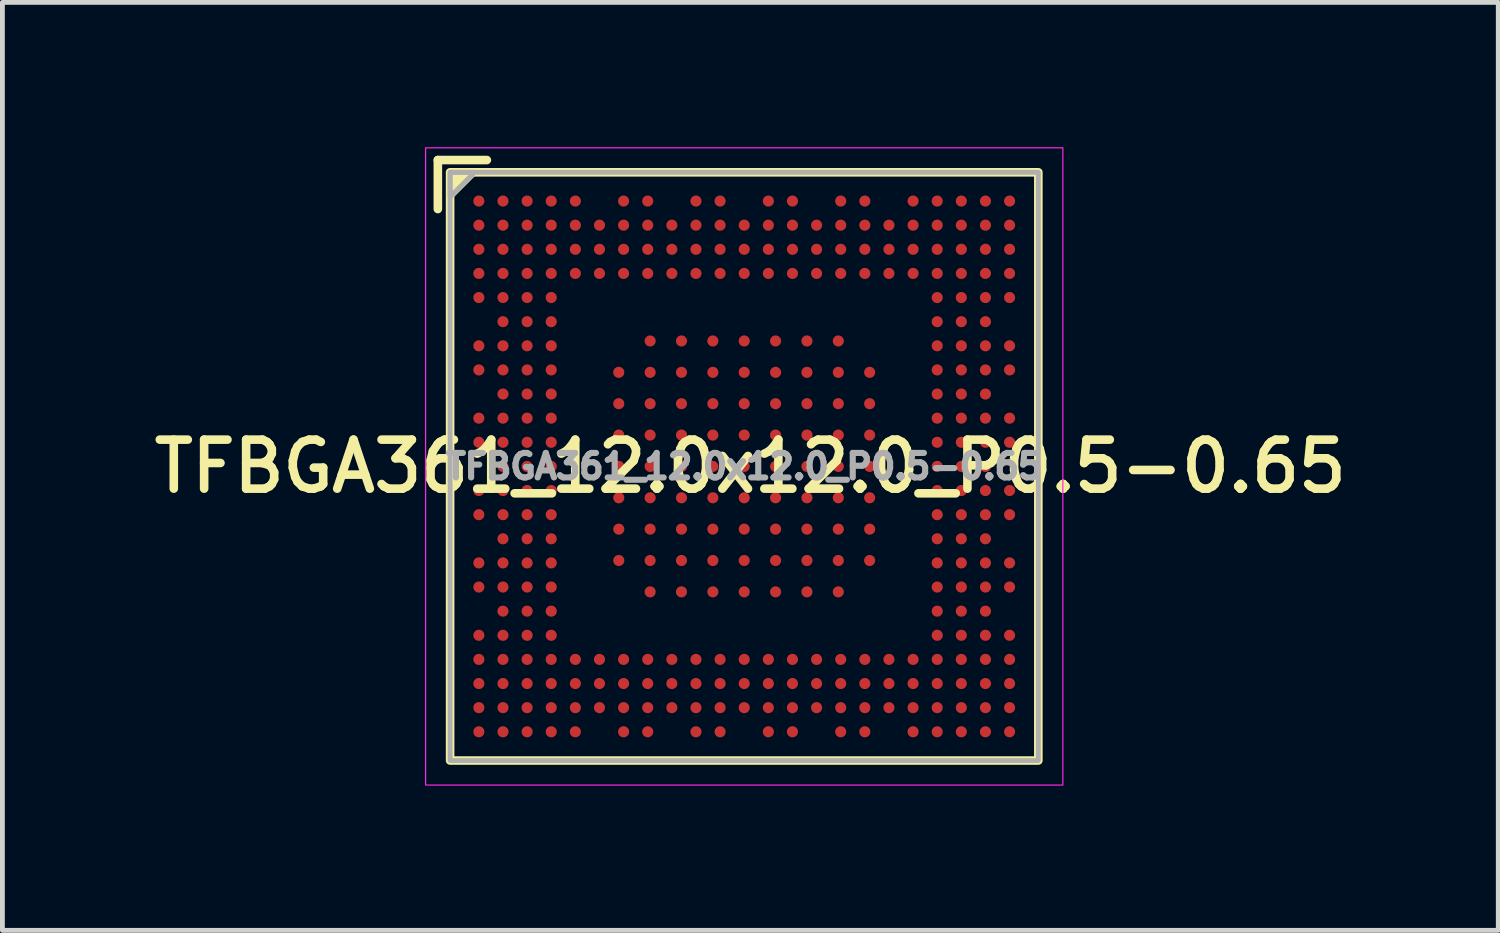
<source format=kicad_pcb>
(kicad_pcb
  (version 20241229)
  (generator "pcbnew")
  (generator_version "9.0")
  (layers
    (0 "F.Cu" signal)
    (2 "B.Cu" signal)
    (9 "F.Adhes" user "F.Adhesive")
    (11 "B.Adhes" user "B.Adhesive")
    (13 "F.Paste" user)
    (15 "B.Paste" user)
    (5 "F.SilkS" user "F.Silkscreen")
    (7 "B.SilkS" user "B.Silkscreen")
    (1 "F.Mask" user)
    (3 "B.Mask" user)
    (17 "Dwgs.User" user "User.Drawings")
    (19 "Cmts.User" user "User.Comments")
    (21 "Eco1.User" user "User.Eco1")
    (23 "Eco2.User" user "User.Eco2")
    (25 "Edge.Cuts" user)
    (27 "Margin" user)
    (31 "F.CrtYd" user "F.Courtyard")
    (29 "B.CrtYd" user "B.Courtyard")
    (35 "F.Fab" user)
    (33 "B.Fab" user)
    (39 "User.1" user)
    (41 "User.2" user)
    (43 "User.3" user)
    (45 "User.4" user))
  (footprint "TFBGA361_12.0x12.0_P0.5-0.65"
    (layer "F.Cu")
    (at 12.375 6.617)
    (property "Reference" "TFBGA361_12.0x12.0_P0.5-0.65" (at 0.127 0 0) (layer "F.SilkS") (effects (font (size 1.016 1.016) (thickness 0.178))))
    (attr smd)
    (fp_line (start -6.35 -6.35) (end -5.334 -6.35) (stroke (width 0.178) (type solid)) (layer "F.SilkS"))
    (fp_line (start -6.35 -5.334) (end -6.35 -6.35) (stroke (width 0.178) (type solid)) (layer "F.SilkS"))
    (fp_rect (start -6.096 -6.096) (end 6.096 6.096) (stroke (width 0.178) (type solid)) (fill no) (layer "F.SilkS"))
    (fp_poly (pts (xy -6.096 -5.588) (xy -6.096 -6.096) (xy -5.588 -6.096)) (stroke (width 0.12) (type solid)) (fill yes) (layer "F.SilkS"))
    (fp_rect (start -6.604 -6.604) (end 6.604 6.604) (stroke (width 0.025) (type solid)) (fill no) (layer "F.CrtYd"))
    (fp_rect (start -6.096 -6.096) (end 6.096 6.096) (stroke (width 0.1) (type solid)) (fill no) (layer "F.Fab"))
    (fp_poly (pts (xy -6.096 -5.588) (xy -6.096 -6.096) (xy -5.588 -6.096)) (stroke (width 0.1) (type solid)) (fill no) (layer "F.Fab"))
    (fp_text user "${REFERENCE}" (at 0 0 0) (layer "F.Fab") (effects (font (size 0.508 0.508) (thickness 0.127))))
    (pad "1A2" smd circle (at -1.95 -2.6) (size 0.23 0.23) (layers "F.Cu" "F.Mask" "F.Paste"))
    (pad "1A3" smd circle (at -1.3 -2.6) (size 0.23 0.23) (layers "F.Cu" "F.Mask" "F.Paste"))
    (pad "1A4" smd circle (at -0.65 -2.6) (size 0.23 0.23) (layers "F.Cu" "F.Mask" "F.Paste"))
    (pad "1A5" smd circle (at 0 -2.6) (size 0.23 0.23) (layers "F.Cu" "F.Mask" "F.Paste"))
    (pad "1A6" smd circle (at 0.65 -2.6) (size 0.23 0.23) (layers "F.Cu" "F.Mask" "F.Paste"))
    (pad "1A7" smd circle (at 1.3 -2.6) (size 0.23 0.23) (layers "F.Cu" "F.Mask" "F.Paste"))
    (pad "1A8" smd circle (at 1.95 -2.6) (size 0.23 0.23) (layers "F.Cu" "F.Mask" "F.Paste"))
    (pad "1B1" smd circle (at -2.6 -1.95) (size 0.23 0.23) (layers "F.Cu" "F.Mask" "F.Paste"))
    (pad "1B2" smd circle (at -1.95 -1.95) (size 0.23 0.23) (layers "F.Cu" "F.Mask" "F.Paste"))
    (pad "1B3" smd circle (at -1.3 -1.95) (size 0.23 0.23) (layers "F.Cu" "F.Mask" "F.Paste"))
    (pad "1B4" smd circle (at -0.65 -1.95) (size 0.23 0.23) (layers "F.Cu" "F.Mask" "F.Paste"))
    (pad "1B5" smd circle (at 0 -1.95) (size 0.23 0.23) (layers "F.Cu" "F.Mask" "F.Paste"))
    (pad "1B6" smd circle (at 0.65 -1.95) (size 0.23 0.23) (layers "F.Cu" "F.Mask" "F.Paste"))
    (pad "1B7" smd circle (at 1.3 -1.95) (size 0.23 0.23) (layers "F.Cu" "F.Mask" "F.Paste"))
    (pad "1B8" smd circle (at 1.95 -1.95) (size 0.23 0.23) (layers "F.Cu" "F.Mask" "F.Paste"))
    (pad "1B9" smd circle (at 2.6 -1.95) (size 0.23 0.23) (layers "F.Cu" "F.Mask" "F.Paste"))
    (pad "1C1" smd circle (at -2.6 -1.3) (size 0.23 0.23) (layers "F.Cu" "F.Mask" "F.Paste"))
    (pad "1C2" smd circle (at -1.95 -1.3) (size 0.23 0.23) (layers "F.Cu" "F.Mask" "F.Paste"))
    (pad "1C3" smd circle (at -1.3 -1.3) (size 0.23 0.23) (layers "F.Cu" "F.Mask" "F.Paste"))
    (pad "1C4" smd circle (at -0.65 -1.3) (size 0.23 0.23) (layers "F.Cu" "F.Mask" "F.Paste"))
    (pad "1C5" smd circle (at 0 -1.3) (size 0.23 0.23) (layers "F.Cu" "F.Mask" "F.Paste"))
    (pad "1C6" smd circle (at 0.65 -1.3) (size 0.23 0.23) (layers "F.Cu" "F.Mask" "F.Paste"))
    (pad "1C7" smd circle (at 1.3 -1.3) (size 0.23 0.23) (layers "F.Cu" "F.Mask" "F.Paste"))
    (pad "1C8" smd circle (at 1.95 -1.3) (size 0.23 0.23) (layers "F.Cu" "F.Mask" "F.Paste"))
    (pad "1C9" smd circle (at 2.6 -1.3) (size 0.23 0.23) (layers "F.Cu" "F.Mask" "F.Paste"))
    (pad "1D1" smd circle (at -2.6 -0.65) (size 0.23 0.23) (layers "F.Cu" "F.Mask" "F.Paste"))
    (pad "1D2" smd circle (at -1.95 -0.65) (size 0.23 0.23) (layers "F.Cu" "F.Mask" "F.Paste"))
    (pad "1D3" smd circle (at -1.3 -0.65) (size 0.23 0.23) (layers "F.Cu" "F.Mask" "F.Paste"))
    (pad "1D4" smd circle (at -0.65 -0.65) (size 0.23 0.23) (layers "F.Cu" "F.Mask" "F.Paste"))
    (pad "1D5" smd circle (at 0 -0.65) (size 0.23 0.23) (layers "F.Cu" "F.Mask" "F.Paste"))
    (pad "1D6" smd circle (at 0.65 -0.65) (size 0.23 0.23) (layers "F.Cu" "F.Mask" "F.Paste"))
    (pad "1D7" smd circle (at 1.3 -0.65) (size 0.23 0.23) (layers "F.Cu" "F.Mask" "F.Paste"))
    (pad "1D8" smd circle (at 1.95 -0.65) (size 0.23 0.23) (layers "F.Cu" "F.Mask" "F.Paste"))
    (pad "1D9" smd circle (at 2.6 -0.65) (size 0.23 0.23) (layers "F.Cu" "F.Mask" "F.Paste"))
    (pad "1E1" smd circle (at -2.6 0) (size 0.23 0.23) (layers "F.Cu" "F.Mask" "F.Paste"))
    (pad "1E2" smd circle (at -1.95 0) (size 0.23 0.23) (layers "F.Cu" "F.Mask" "F.Paste"))
    (pad "1E3" smd circle (at -1.3 0) (size 0.23 0.23) (layers "F.Cu" "F.Mask" "F.Paste"))
    (pad "1E4" smd circle (at -0.65 0) (size 0.23 0.23) (layers "F.Cu" "F.Mask" "F.Paste"))
    (pad "1E5" smd circle (at 0 0) (size 0.23 0.23) (layers "F.Cu" "F.Mask" "F.Paste"))
    (pad "1E6" smd circle (at 0.65 0) (size 0.23 0.23) (layers "F.Cu" "F.Mask" "F.Paste"))
    (pad "1E7" smd circle (at 1.3 0) (size 0.23 0.23) (layers "F.Cu" "F.Mask" "F.Paste"))
    (pad "1E8" smd circle (at 1.95 0) (size 0.23 0.23) (layers "F.Cu" "F.Mask" "F.Paste"))
    (pad "1E9" smd circle (at 2.6 0) (size 0.23 0.23) (layers "F.Cu" "F.Mask" "F.Paste"))
    (pad "1F1" smd circle (at -2.6 0.65) (size 0.23 0.23) (layers "F.Cu" "F.Mask" "F.Paste"))
    (pad "1F2" smd circle (at -1.95 0.65) (size 0.23 0.23) (layers "F.Cu" "F.Mask" "F.Paste"))
    (pad "1F3" smd circle (at -1.3 0.65) (size 0.23 0.23) (layers "F.Cu" "F.Mask" "F.Paste"))
    (pad "1F4" smd circle (at -0.65 0.65) (size 0.23 0.23) (layers "F.Cu" "F.Mask" "F.Paste"))
    (pad "1F5" smd circle (at 0 0.65) (size 0.23 0.23) (layers "F.Cu" "F.Mask" "F.Paste"))
    (pad "1F6" smd circle (at 0.65 0.65) (size 0.23 0.23) (layers "F.Cu" "F.Mask" "F.Paste"))
    (pad "1F7" smd circle (at 1.3 0.65) (size 0.23 0.23) (layers "F.Cu" "F.Mask" "F.Paste"))
    (pad "1F8" smd circle (at 1.95 0.65) (size 0.23 0.23) (layers "F.Cu" "F.Mask" "F.Paste"))
    (pad "1F9" smd circle (at 2.6 0.65) (size 0.23 0.23) (layers "F.Cu" "F.Mask" "F.Paste"))
    (pad "1G1" smd circle (at -2.6 1.3) (size 0.23 0.23) (layers "F.Cu" "F.Mask" "F.Paste"))
    (pad "1G2" smd circle (at -1.95 1.3) (size 0.23 0.23) (layers "F.Cu" "F.Mask" "F.Paste"))
    (pad "1G3" smd circle (at -1.3 1.3) (size 0.23 0.23) (layers "F.Cu" "F.Mask" "F.Paste"))
    (pad "1G4" smd circle (at -0.65 1.3) (size 0.23 0.23) (layers "F.Cu" "F.Mask" "F.Paste"))
    (pad "1G5" smd circle (at 0 1.3) (size 0.23 0.23) (layers "F.Cu" "F.Mask" "F.Paste"))
    (pad "1G6" smd circle (at 0.65 1.3) (size 0.23 0.23) (layers "F.Cu" "F.Mask" "F.Paste"))
    (pad "1G7" smd circle (at 1.3 1.3) (size 0.23 0.23) (layers "F.Cu" "F.Mask" "F.Paste"))
    (pad "1G8" smd circle (at 1.95 1.3) (size 0.23 0.23) (layers "F.Cu" "F.Mask" "F.Paste"))
    (pad "1G9" smd circle (at 2.6 1.3) (size 0.23 0.23) (layers "F.Cu" "F.Mask" "F.Paste"))
    (pad "1H1" smd circle (at -2.6 1.95) (size 0.23 0.23) (layers "F.Cu" "F.Mask" "F.Paste"))
    (pad "1H2" smd circle (at -1.95 1.95) (size 0.23 0.23) (layers "F.Cu" "F.Mask" "F.Paste"))
    (pad "1H3" smd circle (at -1.3 1.95) (size 0.23 0.23) (layers "F.Cu" "F.Mask" "F.Paste"))
    (pad "1H4" smd circle (at -0.65 1.95) (size 0.23 0.23) (layers "F.Cu" "F.Mask" "F.Paste"))
    (pad "1H5" smd circle (at 0 1.95) (size 0.23 0.23) (layers "F.Cu" "F.Mask" "F.Paste"))
    (pad "1H6" smd circle (at 0.65 1.95) (size 0.23 0.23) (layers "F.Cu" "F.Mask" "F.Paste"))
    (pad "1H7" smd circle (at 1.3 1.95) (size 0.23 0.23) (layers "F.Cu" "F.Mask" "F.Paste"))
    (pad "1H8" smd circle (at 1.95 1.95) (size 0.23 0.23) (layers "F.Cu" "F.Mask" "F.Paste"))
    (pad "1H9" smd circle (at 2.6 1.95) (size 0.23 0.23) (layers "F.Cu" "F.Mask" "F.Paste"))
    (pad "1J2" smd circle (at -1.95 2.6) (size 0.23 0.23) (layers "F.Cu" "F.Mask" "F.Paste"))
    (pad "1J3" smd circle (at -1.3 2.6) (size 0.23 0.23) (layers "F.Cu" "F.Mask" "F.Paste"))
    (pad "1J4" smd circle (at -0.65 2.6) (size 0.23 0.23) (layers "F.Cu" "F.Mask" "F.Paste"))
    (pad "1J5" smd circle (at 0 2.6) (size 0.23 0.23) (layers "F.Cu" "F.Mask" "F.Paste"))
    (pad "1J6" smd circle (at 0.65 2.6) (size 0.23 0.23) (layers "F.Cu" "F.Mask" "F.Paste"))
    (pad "1J7" smd circle (at 1.3 2.6) (size 0.23 0.23) (layers "F.Cu" "F.Mask" "F.Paste"))
    (pad "1J8" smd circle (at 1.95 2.6) (size 0.23 0.23) (layers "F.Cu" "F.Mask" "F.Paste"))
    (pad "A1" smd circle (at -5.5 -5.5) (size 0.23 0.23) (layers "F.Cu" "F.Mask" "F.Paste"))
    (pad "A2" smd circle (at -5 -5.5) (size 0.23 0.23) (layers "F.Cu" "F.Mask" "F.Paste"))
    (pad "A3" smd circle (at -4.5 -5.5) (size 0.23 0.23) (layers "F.Cu" "F.Mask" "F.Paste"))
    (pad "A4" smd circle (at -4 -5.5) (size 0.23 0.23) (layers "F.Cu" "F.Mask" "F.Paste"))
    (pad "A5" smd circle (at -3.5 -5.5) (size 0.23 0.23) (layers "F.Cu" "F.Mask" "F.Paste"))
    (pad "A7" smd circle (at -2.5 -5.5) (size 0.23 0.23) (layers "F.Cu" "F.Mask" "F.Paste"))
    (pad "A8" smd circle (at -2 -5.5) (size 0.23 0.23) (layers "F.Cu" "F.Mask" "F.Paste"))
    (pad "A10" smd circle (at -1 -5.5) (size 0.23 0.23) (layers "F.Cu" "F.Mask" "F.Paste"))
    (pad "A11" smd circle (at -0.5 -5.5) (size 0.23 0.23) (layers "F.Cu" "F.Mask" "F.Paste"))
    (pad "A13" smd circle (at 0.5 -5.5) (size 0.23 0.23) (layers "F.Cu" "F.Mask" "F.Paste"))
    (pad "A14" smd circle (at 1 -5.5) (size 0.23 0.23) (layers "F.Cu" "F.Mask" "F.Paste"))
    (pad "A16" smd circle (at 2 -5.5) (size 0.23 0.23) (layers "F.Cu" "F.Mask" "F.Paste"))
    (pad "A17" smd circle (at 2.5 -5.5) (size 0.23 0.23) (layers "F.Cu" "F.Mask" "F.Paste"))
    (pad "A19" smd circle (at 3.5 -5.5) (size 0.23 0.23) (layers "F.Cu" "F.Mask" "F.Paste"))
    (pad "A20" smd circle (at 4 -5.5) (size 0.23 0.23) (layers "F.Cu" "F.Mask" "F.Paste"))
    (pad "A21" smd circle (at 4.5 -5.5) (size 0.23 0.23) (layers "F.Cu" "F.Mask" "F.Paste"))
    (pad "A22" smd circle (at 5 -5.5) (size 0.23 0.23) (layers "F.Cu" "F.Mask" "F.Paste"))
    (pad "A23" smd circle (at 5.5 -5.5) (size 0.23 0.23) (layers "F.Cu" "F.Mask" "F.Paste"))
    (pad "AA1" smd circle (at -5.5 4.5) (size 0.23 0.23) (layers "F.Cu" "F.Mask" "F.Paste"))
    (pad "AA2" smd circle (at -5 4.5) (size 0.23 0.23) (layers "F.Cu" "F.Mask" "F.Paste"))
    (pad "AA3" smd circle (at -4.5 4.5) (size 0.23 0.23) (layers "F.Cu" "F.Mask" "F.Paste"))
    (pad "AA4" smd circle (at -4 4.5) (size 0.23 0.23) (layers "F.Cu" "F.Mask" "F.Paste"))
    (pad "AA5" smd circle (at -3.5 4.5) (size 0.23 0.23) (layers "F.Cu" "F.Mask" "F.Paste"))
    (pad "AA6" smd circle (at -3 4.5) (size 0.23 0.23) (layers "F.Cu" "F.Mask" "F.Paste"))
    (pad "AA7" smd circle (at -2.5 4.5) (size 0.23 0.23) (layers "F.Cu" "F.Mask" "F.Paste"))
    (pad "AA8" smd circle (at -2 4.5) (size 0.23 0.23) (layers "F.Cu" "F.Mask" "F.Paste"))
    (pad "AA9" smd circle (at -1.5 4.5) (size 0.23 0.23) (layers "F.Cu" "F.Mask" "F.Paste"))
    (pad "AA10" smd circle (at -1 4.5) (size 0.23 0.23) (layers "F.Cu" "F.Mask" "F.Paste"))
    (pad "AA11" smd circle (at -0.5 4.5) (size 0.23 0.23) (layers "F.Cu" "F.Mask" "F.Paste"))
    (pad "AA12" smd circle (at 0 4.5) (size 0.23 0.23) (layers "F.Cu" "F.Mask" "F.Paste"))
    (pad "AA13" smd circle (at 0.5 4.5) (size 0.23 0.23) (layers "F.Cu" "F.Mask" "F.Paste"))
    (pad "AA14" smd circle (at 1 4.5) (size 0.23 0.23) (layers "F.Cu" "F.Mask" "F.Paste"))
    (pad "AA15" smd circle (at 1.5 4.5) (size 0.23 0.23) (layers "F.Cu" "F.Mask" "F.Paste"))
    (pad "AA16" smd circle (at 2 4.5) (size 0.23 0.23) (layers "F.Cu" "F.Mask" "F.Paste"))
    (pad "AA17" smd circle (at 2.5 4.5) (size 0.23 0.23) (layers "F.Cu" "F.Mask" "F.Paste"))
    (pad "AA18" smd circle (at 3 4.5) (size 0.23 0.23) (layers "F.Cu" "F.Mask" "F.Paste"))
    (pad "AA19" smd circle (at 3.5 4.5) (size 0.23 0.23) (layers "F.Cu" "F.Mask" "F.Paste"))
    (pad "AA20" smd circle (at 4 4.5) (size 0.23 0.23) (layers "F.Cu" "F.Mask" "F.Paste"))
    (pad "AA21" smd circle (at 4.5 4.5) (size 0.23 0.23) (layers "F.Cu" "F.Mask" "F.Paste"))
    (pad "AA22" smd circle (at 5 4.5) (size 0.23 0.23) (layers "F.Cu" "F.Mask" "F.Paste"))
    (pad "AA23" smd circle (at 5.5 4.5) (size 0.23 0.23) (layers "F.Cu" "F.Mask" "F.Paste"))
    (pad "AB1" smd circle (at -5.5 5) (size 0.23 0.23) (layers "F.Cu" "F.Mask" "F.Paste"))
    (pad "AB2" smd circle (at -5 5) (size 0.23 0.23) (layers "F.Cu" "F.Mask" "F.Paste"))
    (pad "AB3" smd circle (at -4.5 5) (size 0.23 0.23) (layers "F.Cu" "F.Mask" "F.Paste"))
    (pad "AB4" smd circle (at -4 5) (size 0.23 0.23) (layers "F.Cu" "F.Mask" "F.Paste"))
    (pad "AB5" smd circle (at -3.5 5) (size 0.23 0.23) (layers "F.Cu" "F.Mask" "F.Paste"))
    (pad "AB6" smd circle (at -3 5) (size 0.23 0.23) (layers "F.Cu" "F.Mask" "F.Paste"))
    (pad "AB7" smd circle (at -2.5 5) (size 0.23 0.23) (layers "F.Cu" "F.Mask" "F.Paste"))
    (pad "AB8" smd circle (at -2 5) (size 0.23 0.23) (layers "F.Cu" "F.Mask" "F.Paste"))
    (pad "AB9" smd circle (at -1.5 5) (size 0.23 0.23) (layers "F.Cu" "F.Mask" "F.Paste"))
    (pad "AB10" smd circle (at -1 5) (size 0.23 0.23) (layers "F.Cu" "F.Mask" "F.Paste"))
    (pad "AB11" smd circle (at -0.5 5) (size 0.23 0.23) (layers "F.Cu" "F.Mask" "F.Paste"))
    (pad "AB12" smd circle (at 0 5) (size 0.23 0.23) (layers "F.Cu" "F.Mask" "F.Paste"))
    (pad "AB13" smd circle (at 0.5 5) (size 0.23 0.23) (layers "F.Cu" "F.Mask" "F.Paste"))
    (pad "AB14" smd circle (at 1 5) (size 0.23 0.23) (layers "F.Cu" "F.Mask" "F.Paste"))
    (pad "AB15" smd circle (at 1.5 5) (size 0.23 0.23) (layers "F.Cu" "F.Mask" "F.Paste"))
    (pad "AB16" smd circle (at 2 5) (size 0.23 0.23) (layers "F.Cu" "F.Mask" "F.Paste"))
    (pad "AB17" smd circle (at 2.5 5) (size 0.23 0.23) (layers "F.Cu" "F.Mask" "F.Paste"))
    (pad "AB18" smd circle (at 3 5) (size 0.23 0.23) (layers "F.Cu" "F.Mask" "F.Paste"))
    (pad "AB19" smd circle (at 3.5 5) (size 0.23 0.23) (layers "F.Cu" "F.Mask" "F.Paste"))
    (pad "AB20" smd circle (at 4 5) (size 0.23 0.23) (layers "F.Cu" "F.Mask" "F.Paste"))
    (pad "AB21" smd circle (at 4.5 5) (size 0.23 0.23) (layers "F.Cu" "F.Mask" "F.Paste"))
    (pad "AB22" smd circle (at 5 5) (size 0.23 0.23) (layers "F.Cu" "F.Mask" "F.Paste"))
    (pad "AB23" smd circle (at 5.5 5) (size 0.23 0.23) (layers "F.Cu" "F.Mask" "F.Paste"))
    (pad "AC1" smd circle (at -5.5 5.5) (size 0.23 0.23) (layers "F.Cu" "F.Mask" "F.Paste"))
    (pad "AC2" smd circle (at -5 5.5) (size 0.23 0.23) (layers "F.Cu" "F.Mask" "F.Paste"))
    (pad "AC3" smd circle (at -4.5 5.5) (size 0.23 0.23) (layers "F.Cu" "F.Mask" "F.Paste"))
    (pad "AC4" smd circle (at -4 5.5) (size 0.23 0.23) (layers "F.Cu" "F.Mask" "F.Paste"))
    (pad "AC5" smd circle (at -3.5 5.5) (size 0.23 0.23) (layers "F.Cu" "F.Mask" "F.Paste"))
    (pad "AC7" smd circle (at -2.5 5.5) (size 0.23 0.23) (layers "F.Cu" "F.Mask" "F.Paste"))
    (pad "AC8" smd circle (at -2 5.5) (size 0.23 0.23) (layers "F.Cu" "F.Mask" "F.Paste"))
    (pad "AC10" smd circle (at -1 5.5) (size 0.23 0.23) (layers "F.Cu" "F.Mask" "F.Paste"))
    (pad "AC11" smd circle (at -0.5 5.5) (size 0.23 0.23) (layers "F.Cu" "F.Mask" "F.Paste"))
    (pad "AC13" smd circle (at 0.5 5.5) (size 0.23 0.23) (layers "F.Cu" "F.Mask" "F.Paste"))
    (pad "AC14" smd circle (at 1 5.5) (size 0.23 0.23) (layers "F.Cu" "F.Mask" "F.Paste"))
    (pad "AC16" smd circle (at 2 5.5) (size 0.23 0.23) (layers "F.Cu" "F.Mask" "F.Paste"))
    (pad "AC17" smd circle (at 2.5 5.5) (size 0.23 0.23) (layers "F.Cu" "F.Mask" "F.Paste"))
    (pad "AC19" smd circle (at 3.5 5.5) (size 0.23 0.23) (layers "F.Cu" "F.Mask" "F.Paste"))
    (pad "AC20" smd circle (at 4 5.5) (size 0.23 0.23) (layers "F.Cu" "F.Mask" "F.Paste"))
    (pad "AC21" smd circle (at 4.5 5.5) (size 0.23 0.23) (layers "F.Cu" "F.Mask" "F.Paste"))
    (pad "AC22" smd circle (at 5 5.5) (size 0.23 0.23) (layers "F.Cu" "F.Mask" "F.Paste"))
    (pad "AC23" smd circle (at 5.5 5.5) (size 0.23 0.23) (layers "F.Cu" "F.Mask" "F.Paste"))
    (pad "B1" smd circle (at -5.5 -5) (size 0.23 0.23) (layers "F.Cu" "F.Mask" "F.Paste"))
    (pad "B2" smd circle (at -5 -5) (size 0.23 0.23) (layers "F.Cu" "F.Mask" "F.Paste"))
    (pad "B3" smd circle (at -4.5 -5) (size 0.23 0.23) (layers "F.Cu" "F.Mask" "F.Paste"))
    (pad "B4" smd circle (at -4 -5) (size 0.23 0.23) (layers "F.Cu" "F.Mask" "F.Paste"))
    (pad "B5" smd circle (at -3.5 -5) (size 0.23 0.23) (layers "F.Cu" "F.Mask" "F.Paste"))
    (pad "B6" smd circle (at -3 -5) (size 0.23 0.23) (layers "F.Cu" "F.Mask" "F.Paste"))
    (pad "B7" smd circle (at -2.5 -5) (size 0.23 0.23) (layers "F.Cu" "F.Mask" "F.Paste"))
    (pad "B8" smd circle (at -2 -5) (size 0.23 0.23) (layers "F.Cu" "F.Mask" "F.Paste"))
    (pad "B9" smd circle (at -1.5 -5) (size 0.23 0.23) (layers "F.Cu" "F.Mask" "F.Paste"))
    (pad "B10" smd circle (at -1 -5) (size 0.23 0.23) (layers "F.Cu" "F.Mask" "F.Paste"))
    (pad "B11" smd circle (at -0.5 -5) (size 0.23 0.23) (layers "F.Cu" "F.Mask" "F.Paste"))
    (pad "B12" smd circle (at 0 -5) (size 0.23 0.23) (layers "F.Cu" "F.Mask" "F.Paste"))
    (pad "B13" smd circle (at 0.5 -5) (size 0.23 0.23) (layers "F.Cu" "F.Mask" "F.Paste"))
    (pad "B14" smd circle (at 1 -5) (size 0.23 0.23) (layers "F.Cu" "F.Mask" "F.Paste"))
    (pad "B15" smd circle (at 1.5 -5) (size 0.23 0.23) (layers "F.Cu" "F.Mask" "F.Paste"))
    (pad "B16" smd circle (at 2 -5) (size 0.23 0.23) (layers "F.Cu" "F.Mask" "F.Paste"))
    (pad "B17" smd circle (at 2.5 -5) (size 0.23 0.23) (layers "F.Cu" "F.Mask" "F.Paste"))
    (pad "B18" smd circle (at 3 -5) (size 0.23 0.23) (layers "F.Cu" "F.Mask" "F.Paste"))
    (pad "B19" smd circle (at 3.5 -5) (size 0.23 0.23) (layers "F.Cu" "F.Mask" "F.Paste"))
    (pad "B20" smd circle (at 4 -5) (size 0.23 0.23) (layers "F.Cu" "F.Mask" "F.Paste"))
    (pad "B21" smd circle (at 4.5 -5) (size 0.23 0.23) (layers "F.Cu" "F.Mask" "F.Paste"))
    (pad "B22" smd circle (at 5 -5) (size 0.23 0.23) (layers "F.Cu" "F.Mask" "F.Paste"))
    (pad "B23" smd circle (at 5.5 -5) (size 0.23 0.23) (layers "F.Cu" "F.Mask" "F.Paste"))
    (pad "C1" smd circle (at -5.5 -4.5) (size 0.23 0.23) (layers "F.Cu" "F.Mask" "F.Paste"))
    (pad "C2" smd circle (at -5 -4.5) (size 0.23 0.23) (layers "F.Cu" "F.Mask" "F.Paste"))
    (pad "C3" smd circle (at -4.5 -4.5) (size 0.23 0.23) (layers "F.Cu" "F.Mask" "F.Paste"))
    (pad "C4" smd circle (at -4 -4.5) (size 0.23 0.23) (layers "F.Cu" "F.Mask" "F.Paste"))
    (pad "C5" smd circle (at -3.5 -4.5) (size 0.23 0.23) (layers "F.Cu" "F.Mask" "F.Paste"))
    (pad "C6" smd circle (at -3 -4.5) (size 0.23 0.23) (layers "F.Cu" "F.Mask" "F.Paste"))
    (pad "C7" smd circle (at -2.5 -4.5) (size 0.23 0.23) (layers "F.Cu" "F.Mask" "F.Paste"))
    (pad "C8" smd circle (at -2 -4.5) (size 0.23 0.23) (layers "F.Cu" "F.Mask" "F.Paste"))
    (pad "C9" smd circle (at -1.5 -4.5) (size 0.23 0.23) (layers "F.Cu" "F.Mask" "F.Paste"))
    (pad "C10" smd circle (at -1 -4.5) (size 0.23 0.23) (layers "F.Cu" "F.Mask" "F.Paste"))
    (pad "C11" smd circle (at -0.5 -4.5) (size 0.23 0.23) (layers "F.Cu" "F.Mask" "F.Paste"))
    (pad "C12" smd circle (at 0 -4.5) (size 0.23 0.23) (layers "F.Cu" "F.Mask" "F.Paste"))
    (pad "C13" smd circle (at 0.5 -4.5) (size 0.23 0.23) (layers "F.Cu" "F.Mask" "F.Paste"))
    (pad "C14" smd circle (at 1 -4.5) (size 0.23 0.23) (layers "F.Cu" "F.Mask" "F.Paste"))
    (pad "C15" smd circle (at 1.5 -4.5) (size 0.23 0.23) (layers "F.Cu" "F.Mask" "F.Paste"))
    (pad "C16" smd circle (at 2 -4.5) (size 0.23 0.23) (layers "F.Cu" "F.Mask" "F.Paste"))
    (pad "C17" smd circle (at 2.5 -4.5) (size 0.23 0.23) (layers "F.Cu" "F.Mask" "F.Paste"))
    (pad "C18" smd circle (at 3 -4.5) (size 0.23 0.23) (layers "F.Cu" "F.Mask" "F.Paste"))
    (pad "C19" smd circle (at 3.5 -4.5) (size 0.23 0.23) (layers "F.Cu" "F.Mask" "F.Paste"))
    (pad "C20" smd circle (at 4 -4.5) (size 0.23 0.23) (layers "F.Cu" "F.Mask" "F.Paste"))
    (pad "C21" smd circle (at 4.5 -4.5) (size 0.23 0.23) (layers "F.Cu" "F.Mask" "F.Paste"))
    (pad "C22" smd circle (at 5 -4.5) (size 0.23 0.23) (layers "F.Cu" "F.Mask" "F.Paste"))
    (pad "C23" smd circle (at 5.5 -4.5) (size 0.23 0.23) (layers "F.Cu" "F.Mask" "F.Paste"))
    (pad "D1" smd circle (at -5.5 -4) (size 0.23 0.23) (layers "F.Cu" "F.Mask" "F.Paste"))
    (pad "D2" smd circle (at -5 -4) (size 0.23 0.23) (layers "F.Cu" "F.Mask" "F.Paste"))
    (pad "D3" smd circle (at -4.5 -4) (size 0.23 0.23) (layers "F.Cu" "F.Mask" "F.Paste"))
    (pad "D4" smd circle (at -4 -4) (size 0.23 0.23) (layers "F.Cu" "F.Mask" "F.Paste"))
    (pad "D5" smd circle (at -3.5 -4) (size 0.23 0.23) (layers "F.Cu" "F.Mask" "F.Paste"))
    (pad "D6" smd circle (at -3 -4) (size 0.23 0.23) (layers "F.Cu" "F.Mask" "F.Paste"))
    (pad "D7" smd circle (at -2.5 -4) (size 0.23 0.23) (layers "F.Cu" "F.Mask" "F.Paste"))
    (pad "D8" smd circle (at -2 -4) (size 0.23 0.23) (layers "F.Cu" "F.Mask" "F.Paste"))
    (pad "D9" smd circle (at -1.5 -4) (size 0.23 0.23) (layers "F.Cu" "F.Mask" "F.Paste"))
    (pad "D10" smd circle (at -1 -4) (size 0.23 0.23) (layers "F.Cu" "F.Mask" "F.Paste"))
    (pad "D11" smd circle (at -0.5 -4) (size 0.23 0.23) (layers "F.Cu" "F.Mask" "F.Paste"))
    (pad "D12" smd circle (at 0 -4) (size 0.23 0.23) (layers "F.Cu" "F.Mask" "F.Paste"))
    (pad "D13" smd circle (at 0.5 -4) (size 0.23 0.23) (layers "F.Cu" "F.Mask" "F.Paste"))
    (pad "D14" smd circle (at 1 -4) (size 0.23 0.23) (layers "F.Cu" "F.Mask" "F.Paste"))
    (pad "D15" smd circle (at 1.5 -4) (size 0.23 0.23) (layers "F.Cu" "F.Mask" "F.Paste"))
    (pad "D16" smd circle (at 2 -4) (size 0.23 0.23) (layers "F.Cu" "F.Mask" "F.Paste"))
    (pad "D17" smd circle (at 2.5 -4) (size 0.23 0.23) (layers "F.Cu" "F.Mask" "F.Paste"))
    (pad "D18" smd circle (at 3 -4) (size 0.23 0.23) (layers "F.Cu" "F.Mask" "F.Paste"))
    (pad "D19" smd circle (at 3.5 -4) (size 0.23 0.23) (layers "F.Cu" "F.Mask" "F.Paste"))
    (pad "D20" smd circle (at 4 -4) (size 0.23 0.23) (layers "F.Cu" "F.Mask" "F.Paste"))
    (pad "D21" smd circle (at 4.5 -4) (size 0.23 0.23) (layers "F.Cu" "F.Mask" "F.Paste"))
    (pad "D22" smd circle (at 5 -4) (size 0.23 0.23) (layers "F.Cu" "F.Mask" "F.Paste"))
    (pad "D23" smd circle (at 5.5 -4) (size 0.23 0.23) (layers "F.Cu" "F.Mask" "F.Paste"))
    (pad "E1" smd circle (at -5.5 -3.5) (size 0.23 0.23) (layers "F.Cu" "F.Mask" "F.Paste"))
    (pad "E2" smd circle (at -5 -3.5) (size 0.23 0.23) (layers "F.Cu" "F.Mask" "F.Paste"))
    (pad "E3" smd circle (at -4.5 -3.5) (size 0.23 0.23) (layers "F.Cu" "F.Mask" "F.Paste"))
    (pad "E4" smd circle (at -4 -3.5) (size 0.23 0.23) (layers "F.Cu" "F.Mask" "F.Paste"))
    (pad "E20" smd circle (at 4 -3.5) (size 0.23 0.23) (layers "F.Cu" "F.Mask" "F.Paste"))
    (pad "E21" smd circle (at 4.5 -3.5) (size 0.23 0.23) (layers "F.Cu" "F.Mask" "F.Paste"))
    (pad "E22" smd circle (at 5 -3.5) (size 0.23 0.23) (layers "F.Cu" "F.Mask" "F.Paste"))
    (pad "E23" smd circle (at 5.5 -3.5) (size 0.23 0.23) (layers "F.Cu" "F.Mask" "F.Paste"))
    (pad "F2" smd circle (at -5 -3) (size 0.23 0.23) (layers "F.Cu" "F.Mask" "F.Paste"))
    (pad "F3" smd circle (at -4.5 -3) (size 0.23 0.23) (layers "F.Cu" "F.Mask" "F.Paste"))
    (pad "F4" smd circle (at -4 -3) (size 0.23 0.23) (layers "F.Cu" "F.Mask" "F.Paste"))
    (pad "F20" smd circle (at 4 -3) (size 0.23 0.23) (layers "F.Cu" "F.Mask" "F.Paste"))
    (pad "F21" smd circle (at 4.5 -3) (size 0.23 0.23) (layers "F.Cu" "F.Mask" "F.Paste"))
    (pad "F22" smd circle (at 5 -3) (size 0.23 0.23) (layers "F.Cu" "F.Mask" "F.Paste"))
    (pad "G1" smd circle (at -5.5 -2.5) (size 0.23 0.23) (layers "F.Cu" "F.Mask" "F.Paste"))
    (pad "G2" smd circle (at -5 -2.5) (size 0.23 0.23) (layers "F.Cu" "F.Mask" "F.Paste"))
    (pad "G3" smd circle (at -4.5 -2.5) (size 0.23 0.23) (layers "F.Cu" "F.Mask" "F.Paste"))
    (pad "G4" smd circle (at -4 -2.5) (size 0.23 0.23) (layers "F.Cu" "F.Mask" "F.Paste"))
    (pad "G20" smd circle (at 4 -2.5) (size 0.23 0.23) (layers "F.Cu" "F.Mask" "F.Paste"))
    (pad "G21" smd circle (at 4.5 -2.5) (size 0.23 0.23) (layers "F.Cu" "F.Mask" "F.Paste"))
    (pad "G22" smd circle (at 5 -2.5) (size 0.23 0.23) (layers "F.Cu" "F.Mask" "F.Paste"))
    (pad "G23" smd circle (at 5.5 -2.5) (size 0.23 0.23) (layers "F.Cu" "F.Mask" "F.Paste"))
    (pad "H1" smd circle (at -5.5 -2) (size 0.23 0.23) (layers "F.Cu" "F.Mask" "F.Paste"))
    (pad "H2" smd circle (at -5 -2) (size 0.23 0.23) (layers "F.Cu" "F.Mask" "F.Paste"))
    (pad "H3" smd circle (at -4.5 -2) (size 0.23 0.23) (layers "F.Cu" "F.Mask" "F.Paste"))
    (pad "H4" smd circle (at -4 -2) (size 0.23 0.23) (layers "F.Cu" "F.Mask" "F.Paste"))
    (pad "H20" smd circle (at 4 -2) (size 0.23 0.23) (layers "F.Cu" "F.Mask" "F.Paste"))
    (pad "H21" smd circle (at 4.5 -2) (size 0.23 0.23) (layers "F.Cu" "F.Mask" "F.Paste"))
    (pad "H22" smd circle (at 5 -2) (size 0.23 0.23) (layers "F.Cu" "F.Mask" "F.Paste"))
    (pad "H23" smd circle (at 5.5 -2) (size 0.23 0.23) (layers "F.Cu" "F.Mask" "F.Paste"))
    (pad "J2" smd circle (at -5 -1.5) (size 0.23 0.23) (layers "F.Cu" "F.Mask" "F.Paste"))
    (pad "J3" smd circle (at -4.5 -1.5) (size 0.23 0.23) (layers "F.Cu" "F.Mask" "F.Paste"))
    (pad "J4" smd circle (at -4 -1.5) (size 0.23 0.23) (layers "F.Cu" "F.Mask" "F.Paste"))
    (pad "J20" smd circle (at 4 -1.5) (size 0.23 0.23) (layers "F.Cu" "F.Mask" "F.Paste"))
    (pad "J21" smd circle (at 4.5 -1.5) (size 0.23 0.23) (layers "F.Cu" "F.Mask" "F.Paste"))
    (pad "J22" smd circle (at 5 -1.5) (size 0.23 0.23) (layers "F.Cu" "F.Mask" "F.Paste"))
    (pad "K1" smd circle (at -5.5 -1) (size 0.23 0.23) (layers "F.Cu" "F.Mask" "F.Paste"))
    (pad "K2" smd circle (at -5 -1) (size 0.23 0.23) (layers "F.Cu" "F.Mask" "F.Paste"))
    (pad "K3" smd circle (at -4.5 -1) (size 0.23 0.23) (layers "F.Cu" "F.Mask" "F.Paste"))
    (pad "K4" smd circle (at -4 -1) (size 0.23 0.23) (layers "F.Cu" "F.Mask" "F.Paste"))
    (pad "K20" smd circle (at 4 -1) (size 0.23 0.23) (layers "F.Cu" "F.Mask" "F.Paste"))
    (pad "K21" smd circle (at 4.5 -1) (size 0.23 0.23) (layers "F.Cu" "F.Mask" "F.Paste"))
    (pad "K22" smd circle (at 5 -1) (size 0.23 0.23) (layers "F.Cu" "F.Mask" "F.Paste"))
    (pad "K23" smd circle (at 5.5 -1) (size 0.23 0.23) (layers "F.Cu" "F.Mask" "F.Paste"))
    (pad "L1" smd circle (at -5.5 -0.5) (size 0.23 0.23) (layers "F.Cu" "F.Mask" "F.Paste"))
    (pad "L2" smd circle (at -5 -0.5) (size 0.23 0.23) (layers "F.Cu" "F.Mask" "F.Paste"))
    (pad "L3" smd circle (at -4.5 -0.5) (size 0.23 0.23) (layers "F.Cu" "F.Mask" "F.Paste"))
    (pad "L4" smd circle (at -4 -0.5) (size 0.23 0.23) (layers "F.Cu" "F.Mask" "F.Paste"))
    (pad "L20" smd circle (at 4 -0.5) (size 0.23 0.23) (layers "F.Cu" "F.Mask" "F.Paste"))
    (pad "L21" smd circle (at 4.5 -0.5) (size 0.23 0.23) (layers "F.Cu" "F.Mask" "F.Paste"))
    (pad "L22" smd circle (at 5 -0.5) (size 0.23 0.23) (layers "F.Cu" "F.Mask" "F.Paste"))
    (pad "L23" smd circle (at 5.5 -0.5) (size 0.23 0.23) (layers "F.Cu" "F.Mask" "F.Paste"))
    (pad "M2" smd circle (at -5 0) (size 0.23 0.23) (layers "F.Cu" "F.Mask" "F.Paste"))
    (pad "M3" smd circle (at -4.5 0) (size 0.23 0.23) (layers "F.Cu" "F.Mask" "F.Paste"))
    (pad "M4" smd circle (at -4 0) (size 0.23 0.23) (layers "F.Cu" "F.Mask" "F.Paste"))
    (pad "M20" smd circle (at 4 0) (size 0.23 0.23) (layers "F.Cu" "F.Mask" "F.Paste"))
    (pad "M21" smd circle (at 4.5 0) (size 0.23 0.23) (layers "F.Cu" "F.Mask" "F.Paste"))
    (pad "M22" smd circle (at 5 0) (size 0.23 0.23) (layers "F.Cu" "F.Mask" "F.Paste"))
    (pad "N1" smd circle (at -5.5 0.5) (size 0.23 0.23) (layers "F.Cu" "F.Mask" "F.Paste"))
    (pad "N2" smd circle (at -5 0.5) (size 0.23 0.23) (layers "F.Cu" "F.Mask" "F.Paste"))
    (pad "N3" smd circle (at -4.5 0.5) (size 0.23 0.23) (layers "F.Cu" "F.Mask" "F.Paste"))
    (pad "N4" smd circle (at -4 0.5) (size 0.23 0.23) (layers "F.Cu" "F.Mask" "F.Paste"))
    (pad "N20" smd circle (at 4 0.5) (size 0.23 0.23) (layers "F.Cu" "F.Mask" "F.Paste"))
    (pad "N21" smd circle (at 4.5 0.5) (size 0.23 0.23) (layers "F.Cu" "F.Mask" "F.Paste"))
    (pad "N22" smd circle (at 5 0.5) (size 0.23 0.23) (layers "F.Cu" "F.Mask" "F.Paste"))
    (pad "N23" smd circle (at 5.5 0.5) (size 0.23 0.23) (layers "F.Cu" "F.Mask" "F.Paste"))
    (pad "P1" smd circle (at -5.5 1) (size 0.23 0.23) (layers "F.Cu" "F.Mask" "F.Paste"))
    (pad "P2" smd circle (at -5 1) (size 0.23 0.23) (layers "F.Cu" "F.Mask" "F.Paste"))
    (pad "P3" smd circle (at -4.5 1) (size 0.23 0.23) (layers "F.Cu" "F.Mask" "F.Paste"))
    (pad "P4" smd circle (at -4 1) (size 0.23 0.23) (layers "F.Cu" "F.Mask" "F.Paste"))
    (pad "P20" smd circle (at 4 1) (size 0.23 0.23) (layers "F.Cu" "F.Mask" "F.Paste"))
    (pad "P21" smd circle (at 4.5 1) (size 0.23 0.23) (layers "F.Cu" "F.Mask" "F.Paste"))
    (pad "P22" smd circle (at 5 1) (size 0.23 0.23) (layers "F.Cu" "F.Mask" "F.Paste"))
    (pad "P23" smd circle (at 5.5 1) (size 0.23 0.23) (layers "F.Cu" "F.Mask" "F.Paste"))
    (pad "R2" smd circle (at -5 1.5) (size 0.23 0.23) (layers "F.Cu" "F.Mask" "F.Paste"))
    (pad "R3" smd circle (at -4.5 1.5) (size 0.23 0.23) (layers "F.Cu" "F.Mask" "F.Paste"))
    (pad "R4" smd circle (at -4 1.5) (size 0.23 0.23) (layers "F.Cu" "F.Mask" "F.Paste"))
    (pad "R20" smd circle (at 4 1.5) (size 0.23 0.23) (layers "F.Cu" "F.Mask" "F.Paste"))
    (pad "R21" smd circle (at 4.5 1.5) (size 0.23 0.23) (layers "F.Cu" "F.Mask" "F.Paste"))
    (pad "R22" smd circle (at 5 1.5) (size 0.23 0.23) (layers "F.Cu" "F.Mask" "F.Paste"))
    (pad "T1" smd circle (at -5.5 2) (size 0.23 0.23) (layers "F.Cu" "F.Mask" "F.Paste"))
    (pad "T2" smd circle (at -5 2) (size 0.23 0.23) (layers "F.Cu" "F.Mask" "F.Paste"))
    (pad "T3" smd circle (at -4.5 2) (size 0.23 0.23) (layers "F.Cu" "F.Mask" "F.Paste"))
    (pad "T4" smd circle (at -4 2) (size 0.23 0.23) (layers "F.Cu" "F.Mask" "F.Paste"))
    (pad "T20" smd circle (at 4 2) (size 0.23 0.23) (layers "F.Cu" "F.Mask" "F.Paste"))
    (pad "T21" smd circle (at 4.5 2) (size 0.23 0.23) (layers "F.Cu" "F.Mask" "F.Paste"))
    (pad "T22" smd circle (at 5 2) (size 0.23 0.23) (layers "F.Cu" "F.Mask" "F.Paste"))
    (pad "T23" smd circle (at 5.5 2) (size 0.23 0.23) (layers "F.Cu" "F.Mask" "F.Paste"))
    (pad "U1" smd circle (at -5.5 2.5) (size 0.23 0.23) (layers "F.Cu" "F.Mask" "F.Paste"))
    (pad "U2" smd circle (at -5 2.5) (size 0.23 0.23) (layers "F.Cu" "F.Mask" "F.Paste"))
    (pad "U3" smd circle (at -4.5 2.5) (size 0.23 0.23) (layers "F.Cu" "F.Mask" "F.Paste"))
    (pad "U4" smd circle (at -4 2.5) (size 0.23 0.23) (layers "F.Cu" "F.Mask" "F.Paste"))
    (pad "U20" smd circle (at 4 2.5) (size 0.23 0.23) (layers "F.Cu" "F.Mask" "F.Paste"))
    (pad "U21" smd circle (at 4.5 2.5) (size 0.23 0.23) (layers "F.Cu" "F.Mask" "F.Paste"))
    (pad "U22" smd circle (at 5 2.5) (size 0.23 0.23) (layers "F.Cu" "F.Mask" "F.Paste"))
    (pad "U23" smd circle (at 5.5 2.5) (size 0.23 0.23) (layers "F.Cu" "F.Mask" "F.Paste"))
    (pad "V2" smd circle (at -5 3) (size 0.23 0.23) (layers "F.Cu" "F.Mask" "F.Paste"))
    (pad "V3" smd circle (at -4.5 3) (size 0.23 0.23) (layers "F.Cu" "F.Mask" "F.Paste"))
    (pad "V4" smd circle (at -4 3) (size 0.23 0.23) (layers "F.Cu" "F.Mask" "F.Paste"))
    (pad "V20" smd circle (at 4 3) (size 0.23 0.23) (layers "F.Cu" "F.Mask" "F.Paste"))
    (pad "V21" smd circle (at 4.5 3) (size 0.23 0.23) (layers "F.Cu" "F.Mask" "F.Paste"))
    (pad "V22" smd circle (at 5 3) (size 0.23 0.23) (layers "F.Cu" "F.Mask" "F.Paste"))
    (pad "W1" smd circle (at -5.5 3.5) (size 0.23 0.23) (layers "F.Cu" "F.Mask" "F.Paste"))
    (pad "W2" smd circle (at -5 3.5) (size 0.23 0.23) (layers "F.Cu" "F.Mask" "F.Paste"))
    (pad "W3" smd circle (at -4.5 3.5) (size 0.23 0.23) (layers "F.Cu" "F.Mask" "F.Paste"))
    (pad "W4" smd circle (at -4 3.5) (size 0.23 0.23) (layers "F.Cu" "F.Mask" "F.Paste"))
    (pad "W20" smd circle (at 4 3.5) (size 0.23 0.23) (layers "F.Cu" "F.Mask" "F.Paste"))
    (pad "W21" smd circle (at 4.5 3.5) (size 0.23 0.23) (layers "F.Cu" "F.Mask" "F.Paste"))
    (pad "W22" smd circle (at 5 3.5) (size 0.23 0.23) (layers "F.Cu" "F.Mask" "F.Paste"))
    (pad "W23" smd circle (at 5.5 3.5) (size 0.23 0.23) (layers "F.Cu" "F.Mask" "F.Paste"))
    (pad "Y1" smd circle (at -5.5 4) (size 0.23 0.23) (layers "F.Cu" "F.Mask" "F.Paste"))
    (pad "Y2" smd circle (at -5 4) (size 0.23 0.23) (layers "F.Cu" "F.Mask" "F.Paste"))
    (pad "Y3" smd circle (at -4.5 4) (size 0.23 0.23) (layers "F.Cu" "F.Mask" "F.Paste"))
    (pad "Y4" smd circle (at -4 4) (size 0.23 0.23) (layers "F.Cu" "F.Mask" "F.Paste"))
    (pad "Y5" smd circle (at -3.5 4) (size 0.23 0.23) (layers "F.Cu" "F.Mask" "F.Paste"))
    (pad "Y6" smd circle (at -3 4) (size 0.23 0.23) (layers "F.Cu" "F.Mask" "F.Paste"))
    (pad "Y7" smd circle (at -2.5 4) (size 0.23 0.23) (layers "F.Cu" "F.Mask" "F.Paste"))
    (pad "Y8" smd circle (at -2 4) (size 0.23 0.23) (layers "F.Cu" "F.Mask" "F.Paste"))
    (pad "Y9" smd circle (at -1.5 4) (size 0.23 0.23) (layers "F.Cu" "F.Mask" "F.Paste"))
    (pad "Y10" smd circle (at -1 4) (size 0.23 0.23) (layers "F.Cu" "F.Mask" "F.Paste"))
    (pad "Y11" smd circle (at -0.5 4) (size 0.23 0.23) (layers "F.Cu" "F.Mask" "F.Paste"))
    (pad "Y12" smd circle (at 0 4) (size 0.23 0.23) (layers "F.Cu" "F.Mask" "F.Paste"))
    (pad "Y13" smd circle (at 0.5 4) (size 0.23 0.23) (layers "F.Cu" "F.Mask" "F.Paste"))
    (pad "Y14" smd circle (at 1 4) (size 0.23 0.23) (layers "F.Cu" "F.Mask" "F.Paste"))
    (pad "Y15" smd circle (at 1.5 4) (size 0.23 0.23) (layers "F.Cu" "F.Mask" "F.Paste"))
    (pad "Y16" smd circle (at 2 4) (size 0.23 0.23) (layers "F.Cu" "F.Mask" "F.Paste"))
    (pad "Y17" smd circle (at 2.5 4) (size 0.23 0.23) (layers "F.Cu" "F.Mask" "F.Paste"))
    (pad "Y18" smd circle (at 3 4) (size 0.23 0.23) (layers "F.Cu" "F.Mask" "F.Paste"))
    (pad "Y19" smd circle (at 3.5 4) (size 0.23 0.23) (layers "F.Cu" "F.Mask" "F.Paste"))
    (pad "Y20" smd circle (at 4 4) (size 0.23 0.23) (layers "F.Cu" "F.Mask" "F.Paste"))
    (pad "Y21" smd circle (at 4.5 4) (size 0.23 0.23) (layers "F.Cu" "F.Mask" "F.Paste"))
    (pad "Y22" smd circle (at 5 4) (size 0.23 0.23) (layers "F.Cu" "F.Mask" "F.Paste"))
    (pad "Y23" smd circle (at 5.5 4) (size 0.23 0.23) (layers "F.Cu" "F.Mask" "F.Paste")))
  (gr_rect
    (start -3 -3)
    (end 28.004 16.233)
    (stroke (width 0.1) (type default))
    (fill no)
    (layer "Edge.Cuts")))
</source>
